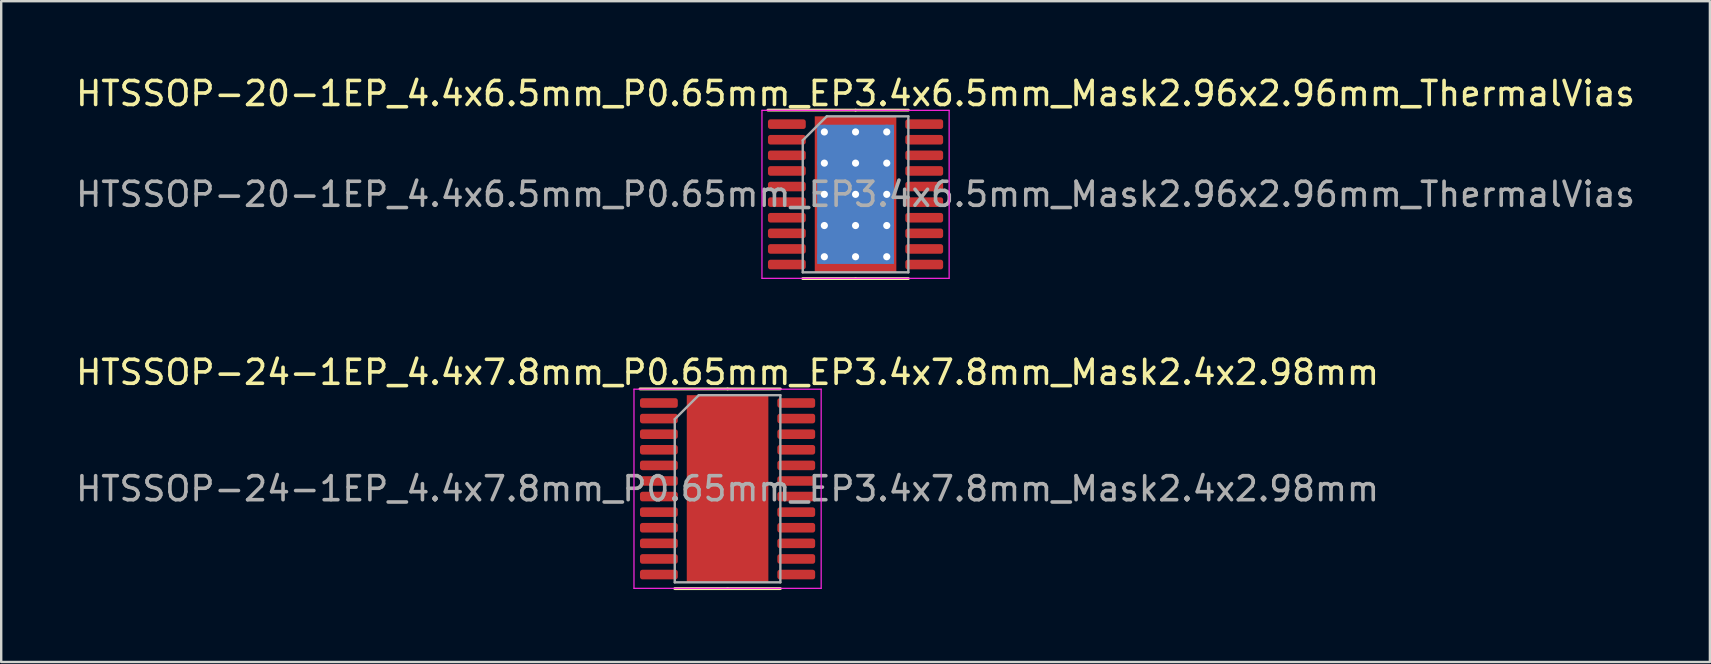
<source format=kicad_pcb>
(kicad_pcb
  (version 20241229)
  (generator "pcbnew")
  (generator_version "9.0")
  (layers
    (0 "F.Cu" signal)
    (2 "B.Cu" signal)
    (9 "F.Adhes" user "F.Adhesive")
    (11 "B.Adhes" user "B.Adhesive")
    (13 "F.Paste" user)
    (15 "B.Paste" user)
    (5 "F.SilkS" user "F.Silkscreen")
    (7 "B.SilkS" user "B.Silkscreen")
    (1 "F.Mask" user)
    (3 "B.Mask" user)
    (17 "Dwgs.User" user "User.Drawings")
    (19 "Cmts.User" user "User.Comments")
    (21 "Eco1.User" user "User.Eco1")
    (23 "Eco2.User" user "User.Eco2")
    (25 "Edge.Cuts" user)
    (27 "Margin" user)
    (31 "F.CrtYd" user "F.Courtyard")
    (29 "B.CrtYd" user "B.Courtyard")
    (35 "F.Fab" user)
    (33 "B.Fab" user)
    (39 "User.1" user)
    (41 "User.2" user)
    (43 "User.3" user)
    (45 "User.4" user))
  (footprint "HTSSOP-24-1EP_4.4x7.8mm_P0.65mm_EP3.4x7.8mm_Mask2.4x2.98mm"
    (layer "F.Cu")
    (at 27.268 17.317)
    (property "Reference" "HTSSOP-24-1EP_4.4x7.8mm_P0.65mm_EP3.4x7.8mm_Mask2.4x2.98mm" (at 0 -4.85 0) (layer "F.SilkS") (effects (font (size 1 1) (thickness 0.15))))
    (attr smd)
    (fp_line (start 0 -4.16) (end -3.65 -4.16) (stroke (width 0.12) (type solid)) (layer "F.SilkS"))
    (fp_line (start 0 -4.16) (end 2.2 -4.16) (stroke (width 0.12) (type solid)) (layer "F.SilkS"))
    (fp_line (start 0 4.16) (end -2.2 4.16) (stroke (width 0.12) (type solid)) (layer "F.SilkS"))
    (fp_line (start 0 4.16) (end 2.2 4.16) (stroke (width 0.12) (type solid)) (layer "F.SilkS"))
    (fp_line (start -3.9 -4.15) (end -3.9 4.15) (stroke (width 0.05) (type solid)) (layer "F.CrtYd"))
    (fp_line (start -3.9 4.15) (end 3.9 4.15) (stroke (width 0.05) (type solid)) (layer "F.CrtYd"))
    (fp_line (start 3.9 -4.15) (end -3.9 -4.15) (stroke (width 0.05) (type solid)) (layer "F.CrtYd"))
    (fp_line (start 3.9 4.15) (end 3.9 -4.15) (stroke (width 0.05) (type solid)) (layer "F.CrtYd"))
    (fp_line (start -2.2 -2.9) (end -1.2 -3.9) (stroke (width 0.1) (type solid)) (layer "F.Fab"))
    (fp_line (start -2.2 3.9) (end -2.2 -2.9) (stroke (width 0.1) (type solid)) (layer "F.Fab"))
    (fp_line (start -1.2 -3.9) (end 2.2 -3.9) (stroke (width 0.1) (type solid)) (layer "F.Fab"))
    (fp_line (start 2.2 -3.9) (end 2.2 3.9) (stroke (width 0.1) (type solid)) (layer "F.Fab"))
    (fp_line (start 2.2 3.9) (end -2.2 3.9) (stroke (width 0.1) (type solid)) (layer "F.Fab"))
    (fp_text user "${REFERENCE}" (at 0 0 0) (layer "F.Fab") (effects (font (size 1 1) (thickness 0.15))))
    (pad "" smd roundrect (at 0 0) (size 1.93 2.4) (layers "F.Paste") (roundrect_rratio 0.13))
    (pad "" smd rect (at 0 0) (size 2.4 2.98) (layers "F.Mask"))
    (pad "1" smd roundrect (at -2.862 -3.575) (size 1.575 0.4) (layers "F.Cu" "F.Mask" "F.Paste") (roundrect_rratio 0.25))
    (pad "2" smd roundrect (at -2.862 -2.925) (size 1.575 0.4) (layers "F.Cu" "F.Mask" "F.Paste") (roundrect_rratio 0.25))
    (pad "3" smd roundrect (at -2.862 -2.275) (size 1.575 0.4) (layers "F.Cu" "F.Mask" "F.Paste") (roundrect_rratio 0.25))
    (pad "4" smd roundrect (at -2.862 -1.625) (size 1.575 0.4) (layers "F.Cu" "F.Mask" "F.Paste") (roundrect_rratio 0.25))
    (pad "5" smd roundrect (at -2.862 -0.975) (size 1.575 0.4) (layers "F.Cu" "F.Mask" "F.Paste") (roundrect_rratio 0.25))
    (pad "6" smd roundrect (at -2.862 -0.325) (size 1.575 0.4) (layers "F.Cu" "F.Mask" "F.Paste") (roundrect_rratio 0.25))
    (pad "7" smd roundrect (at -2.862 0.325) (size 1.575 0.4) (layers "F.Cu" "F.Mask" "F.Paste") (roundrect_rratio 0.25))
    (pad "8" smd roundrect (at -2.862 0.975) (size 1.575 0.4) (layers "F.Cu" "F.Mask" "F.Paste") (roundrect_rratio 0.25))
    (pad "9" smd roundrect (at -2.862 1.625) (size 1.575 0.4) (layers "F.Cu" "F.Mask" "F.Paste") (roundrect_rratio 0.25))
    (pad "10" smd roundrect (at -2.862 2.275) (size 1.575 0.4) (layers "F.Cu" "F.Mask" "F.Paste") (roundrect_rratio 0.25))
    (pad "11" smd roundrect (at -2.862 2.925) (size 1.575 0.4) (layers "F.Cu" "F.Mask" "F.Paste") (roundrect_rratio 0.25))
    (pad "12" smd roundrect (at -2.862 3.575) (size 1.575 0.4) (layers "F.Cu" "F.Mask" "F.Paste") (roundrect_rratio 0.25))
    (pad "13" smd roundrect (at 2.862 3.575) (size 1.575 0.4) (layers "F.Cu" "F.Mask" "F.Paste") (roundrect_rratio 0.25))
    (pad "14" smd roundrect (at 2.862 2.925) (size 1.575 0.4) (layers "F.Cu" "F.Mask" "F.Paste") (roundrect_rratio 0.25))
    (pad "15" smd roundrect (at 2.862 2.275) (size 1.575 0.4) (layers "F.Cu" "F.Mask" "F.Paste") (roundrect_rratio 0.25))
    (pad "16" smd roundrect (at 2.862 1.625) (size 1.575 0.4) (layers "F.Cu" "F.Mask" "F.Paste") (roundrect_rratio 0.25))
    (pad "17" smd roundrect (at 2.862 0.975) (size 1.575 0.4) (layers "F.Cu" "F.Mask" "F.Paste") (roundrect_rratio 0.25))
    (pad "18" smd roundrect (at 2.862 0.325) (size 1.575 0.4) (layers "F.Cu" "F.Mask" "F.Paste") (roundrect_rratio 0.25))
    (pad "19" smd roundrect (at 2.862 -0.325) (size 1.575 0.4) (layers "F.Cu" "F.Mask" "F.Paste") (roundrect_rratio 0.25))
    (pad "20" smd roundrect (at 2.862 -0.975) (size 1.575 0.4) (layers "F.Cu" "F.Mask" "F.Paste") (roundrect_rratio 0.25))
    (pad "21" smd roundrect (at 2.862 -1.625) (size 1.575 0.4) (layers "F.Cu" "F.Mask" "F.Paste") (roundrect_rratio 0.25))
    (pad "22" smd roundrect (at 2.862 -2.275) (size 1.575 0.4) (layers "F.Cu" "F.Mask" "F.Paste") (roundrect_rratio 0.25))
    (pad "23" smd roundrect (at 2.862 -2.925) (size 1.575 0.4) (layers "F.Cu" "F.Mask" "F.Paste") (roundrect_rratio 0.25))
    (pad "24" smd roundrect (at 2.862 -3.575) (size 1.575 0.4) (layers "F.Cu" "F.Mask" "F.Paste") (roundrect_rratio 0.25))
    (pad "25" smd rect (at 0 0) (size 3.4 7.8) (layers "F.Cu")))
  (footprint "HTSSOP-20-1EP_4.4x6.5mm_P0.65mm_EP3.4x6.5mm_Mask2.96x2.96mm_ThermalVias"
    (layer "F.Cu")
    (at 32.601 5.048)
    (property "Reference" "HTSSOP-20-1EP_4.4x6.5mm_P0.65mm_EP3.4x6.5mm_Mask2.96x2.96mm_ThermalVias" (at 0 -4.2 0) (layer "F.SilkS") (effects (font (size 1 1) (thickness 0.15))))
    (attr smd)
    (fp_line (start 0 -3.51) (end -3.65 -3.51) (stroke (width 0.12) (type solid)) (layer "F.SilkS"))
    (fp_line (start 0 -3.51) (end 2.2 -3.51) (stroke (width 0.12) (type solid)) (layer "F.SilkS"))
    (fp_line (start 0 3.51) (end -2.2 3.51) (stroke (width 0.12) (type solid)) (layer "F.SilkS"))
    (fp_line (start 0 3.51) (end 2.2 3.51) (stroke (width 0.12) (type solid)) (layer "F.SilkS"))
    (fp_line (start -3.9 -3.5) (end -3.9 3.5) (stroke (width 0.05) (type solid)) (layer "F.CrtYd"))
    (fp_line (start -3.9 3.5) (end 3.9 3.5) (stroke (width 0.05) (type solid)) (layer "F.CrtYd"))
    (fp_line (start 3.9 -3.5) (end -3.9 -3.5) (stroke (width 0.05) (type solid)) (layer "F.CrtYd"))
    (fp_line (start 3.9 3.5) (end 3.9 -3.5) (stroke (width 0.05) (type solid)) (layer "F.CrtYd"))
    (fp_line (start -2.2 -2.25) (end -1.2 -3.25) (stroke (width 0.1) (type solid)) (layer "F.Fab"))
    (fp_line (start -2.2 3.25) (end -2.2 -2.25) (stroke (width 0.1) (type solid)) (layer "F.Fab"))
    (fp_line (start -1.2 -3.25) (end 2.2 -3.25) (stroke (width 0.1) (type solid)) (layer "F.Fab"))
    (fp_line (start 2.2 -3.25) (end 2.2 3.25) (stroke (width 0.1) (type solid)) (layer "F.Fab"))
    (fp_line (start 2.2 3.25) (end -2.2 3.25) (stroke (width 0.1) (type solid)) (layer "F.Fab"))
    (fp_text user "${REFERENCE}" (at 0 0 0) (layer "F.Fab") (effects (font (size 1 1) (thickness 0.15))))
    (pad "" smd roundrect (at -0.74 -0.74) (size 1.19 1.19) (layers "F.Paste") (roundrect_rratio 0.21))
    (pad "" smd roundrect (at -0.74 0.74) (size 1.19 1.19) (layers "F.Paste") (roundrect_rratio 0.21))
    (pad "" smd rect (at 0 0) (size 2.96 2.96) (layers "F.Mask"))
    (pad "" smd roundrect (at 0.74 -0.74) (size 1.19 1.19) (layers "F.Paste") (roundrect_rratio 0.21))
    (pad "" smd roundrect (at 0.74 0.74) (size 1.19 1.19) (layers "F.Paste") (roundrect_rratio 0.21))
    (pad "1" smd roundrect (at -2.862 -2.925) (size 1.575 0.4) (layers "F.Cu" "F.Mask" "F.Paste") (roundrect_rratio 0.25))
    (pad "2" smd roundrect (at -2.862 -2.275) (size 1.575 0.4) (layers "F.Cu" "F.Mask" "F.Paste") (roundrect_rratio 0.25))
    (pad "3" smd roundrect (at -2.862 -1.625) (size 1.575 0.4) (layers "F.Cu" "F.Mask" "F.Paste") (roundrect_rratio 0.25))
    (pad "4" smd roundrect (at -2.862 -0.975) (size 1.575 0.4) (layers "F.Cu" "F.Mask" "F.Paste") (roundrect_rratio 0.25))
    (pad "5" smd roundrect (at -2.862 -0.325) (size 1.575 0.4) (layers "F.Cu" "F.Mask" "F.Paste") (roundrect_rratio 0.25))
    (pad "6" smd roundrect (at -2.862 0.325) (size 1.575 0.4) (layers "F.Cu" "F.Mask" "F.Paste") (roundrect_rratio 0.25))
    (pad "7" smd roundrect (at -2.862 0.975) (size 1.575 0.4) (layers "F.Cu" "F.Mask" "F.Paste") (roundrect_rratio 0.25))
    (pad "8" smd roundrect (at -2.862 1.625) (size 1.575 0.4) (layers "F.Cu" "F.Mask" "F.Paste") (roundrect_rratio 0.25))
    (pad "9" smd roundrect (at -2.862 2.275) (size 1.575 0.4) (layers "F.Cu" "F.Mask" "F.Paste") (roundrect_rratio 0.25))
    (pad "10" smd roundrect (at -2.862 2.925) (size 1.575 0.4) (layers "F.Cu" "F.Mask" "F.Paste") (roundrect_rratio 0.25))
    (pad "11" smd roundrect (at 2.862 2.925) (size 1.575 0.4) (layers "F.Cu" "F.Mask" "F.Paste") (roundrect_rratio 0.25))
    (pad "12" smd roundrect (at 2.862 2.275) (size 1.575 0.4) (layers "F.Cu" "F.Mask" "F.Paste") (roundrect_rratio 0.25))
    (pad "13" smd roundrect (at 2.862 1.625) (size 1.575 0.4) (layers "F.Cu" "F.Mask" "F.Paste") (roundrect_rratio 0.25))
    (pad "14" smd roundrect (at 2.862 0.975) (size 1.575 0.4) (layers "F.Cu" "F.Mask" "F.Paste") (roundrect_rratio 0.25))
    (pad "15" smd roundrect (at 2.862 0.325) (size 1.575 0.4) (layers "F.Cu" "F.Mask" "F.Paste") (roundrect_rratio 0.25))
    (pad "16" smd roundrect (at 2.862 -0.325) (size 1.575 0.4) (layers "F.Cu" "F.Mask" "F.Paste") (roundrect_rratio 0.25))
    (pad "17" smd roundrect (at 2.862 -0.975) (size 1.575 0.4) (layers "F.Cu" "F.Mask" "F.Paste") (roundrect_rratio 0.25))
    (pad "18" smd roundrect (at 2.862 -1.625) (size 1.575 0.4) (layers "F.Cu" "F.Mask" "F.Paste") (roundrect_rratio 0.25))
    (pad "19" smd roundrect (at 2.862 -2.275) (size 1.575 0.4) (layers "F.Cu" "F.Mask" "F.Paste") (roundrect_rratio 0.25))
    (pad "20" smd roundrect (at 2.862 -2.925) (size 1.575 0.4) (layers "F.Cu" "F.Mask" "F.Paste") (roundrect_rratio 0.25))
    (pad "21" thru_hole circle (at -1.3 -2.6) (size 0.6 0.6) (drill 0.3) (layers "*.Cu"))
    (pad "21" thru_hole circle (at -1.3 -1.3) (size 0.6 0.6) (drill 0.3) (layers "*.Cu"))
    (pad "21" thru_hole circle (at -1.3 0) (size 0.6 0.6) (drill 0.3) (layers "*.Cu"))
    (pad "21" thru_hole circle (at -1.3 1.3) (size 0.6 0.6) (drill 0.3) (layers "*.Cu"))
    (pad "21" thru_hole circle (at -1.3 2.6) (size 0.6 0.6) (drill 0.3) (layers "*.Cu"))
    (pad "21" thru_hole circle (at 0 -2.6) (size 0.6 0.6) (drill 0.3) (layers "*.Cu"))
    (pad "21" thru_hole circle (at 0 -1.3) (size 0.6 0.6) (drill 0.3) (layers "*.Cu"))
    (pad "21" thru_hole circle (at 0 0) (size 0.6 0.6) (drill 0.3) (layers "*.Cu"))
    (pad "21" smd rect (at 0 0) (size 3.2 5.8) (layers "B.Cu"))
    (pad "21" smd rect (at 0 0) (size 3.4 6.5) (layers "F.Cu"))
    (pad "21" thru_hole circle (at 0 1.3) (size 0.6 0.6) (drill 0.3) (layers "*.Cu"))
    (pad "21" thru_hole circle (at 0 2.6) (size 0.6 0.6) (drill 0.3) (layers "*.Cu"))
    (pad "21" thru_hole circle (at 1.3 -2.6) (size 0.6 0.6) (drill 0.3) (layers "*.Cu"))
    (pad "21" thru_hole circle (at 1.3 -1.3) (size 0.6 0.6) (drill 0.3) (layers "*.Cu"))
    (pad "21" thru_hole circle (at 1.3 0) (size 0.6 0.6) (drill 0.3) (layers "*.Cu"))
    (pad "21" thru_hole circle (at 1.3 1.3) (size 0.6 0.6) (drill 0.3) (layers "*.Cu"))
    (pad "21" thru_hole circle (at 1.3 2.6) (size 0.6 0.6) (drill 0.3) (layers "*.Cu")))
  (gr_rect
    (start -3 -3)
    (end 68.202 24.537)
    (stroke (width 0.1) (type default))
    (fill no)
    (layer "Edge.Cuts")))
</source>
